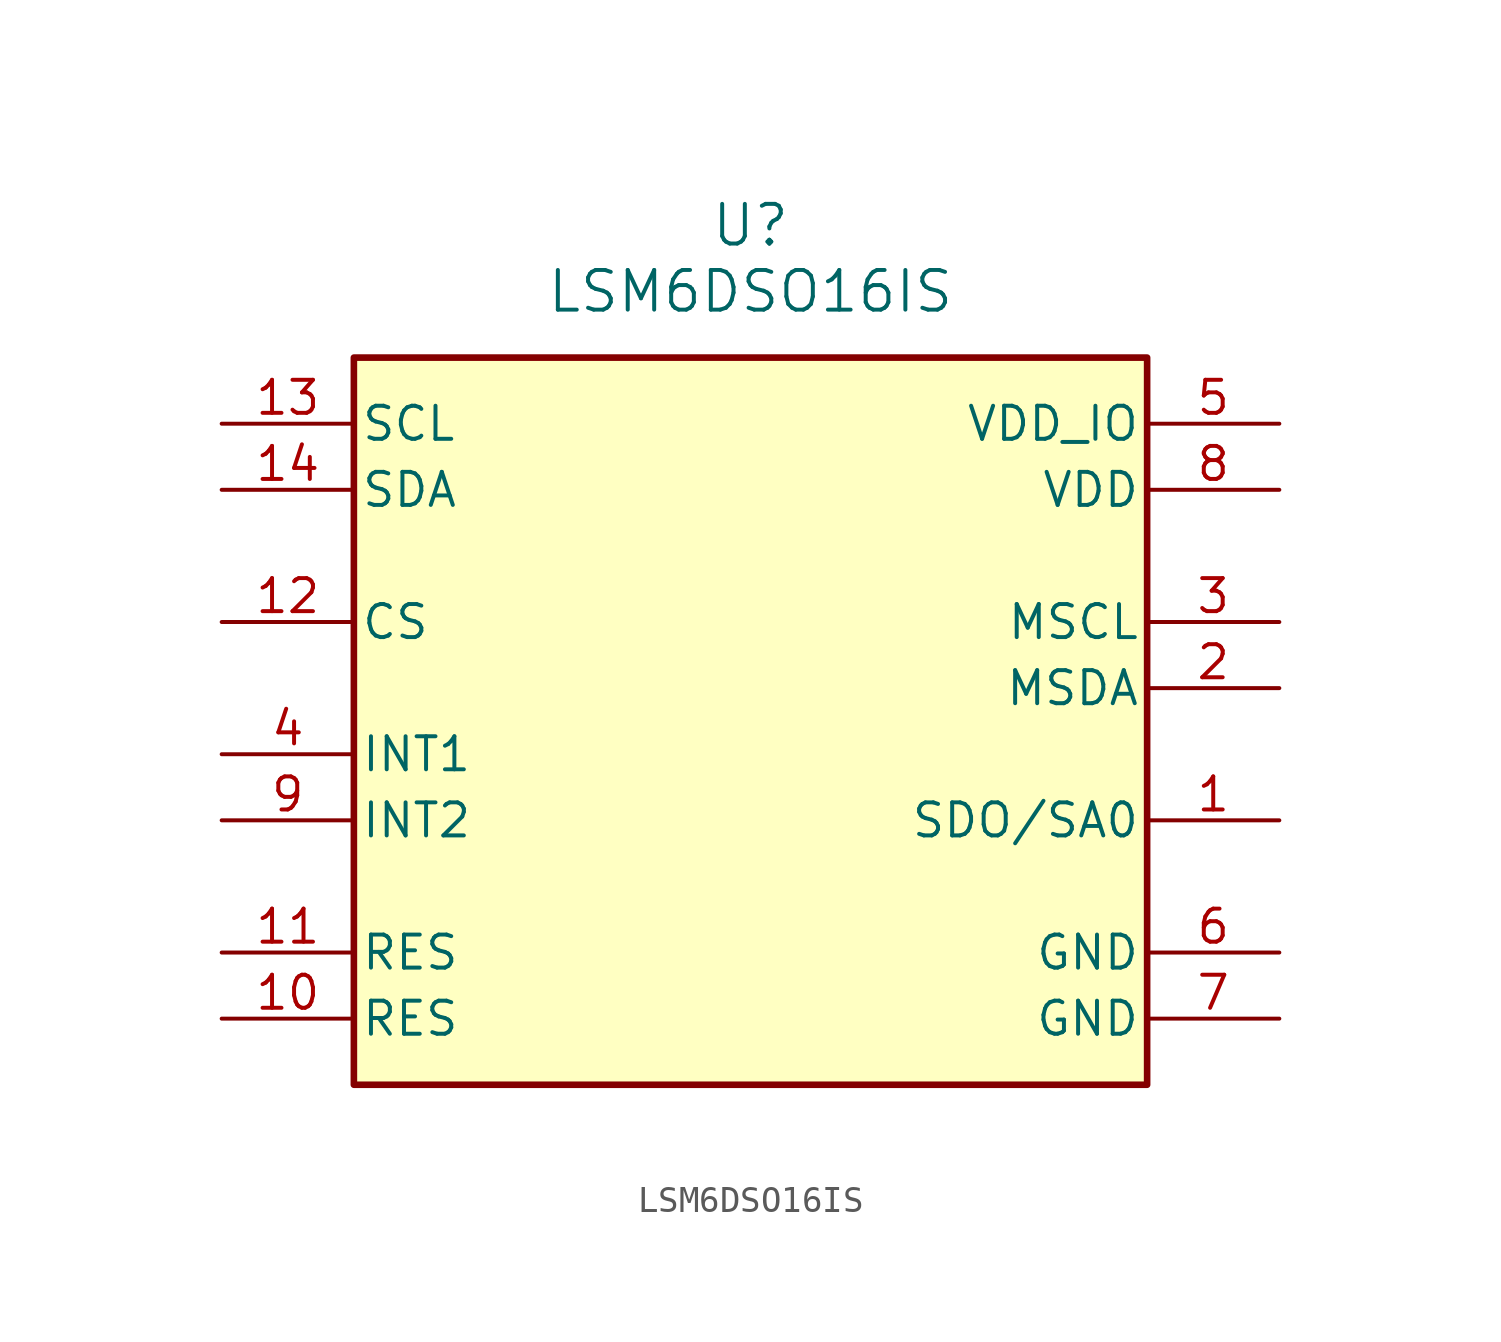
<source format=kicad_sym>
(kicad_symbol_lib
  (version 20220914)
  (generator kicad_symbol_editor)
  (symbol "LSM6DSO16IS"
    (pin_names
      (offset 0.254))
    (property "Reference" "U"
      (at 22.86 10.16 0)
      (effects (font (size 1.524 1.524))))
    (property "Value" "LSM6DSO16IS"
      (at 22.86 7.62 0)
      (effects (font (size 1.524 1.524))))
    (symbol "LSM6DSO16IS_0_1"
      (pin unspecified line (at 43.18 -12.7 180) (length 5.08) (name "SDO/SA0" (effects (font (size 1.27 1.27)))) (number "1" (effects (font (size 1.27 1.27)))))
      (pin unspecified line (at 2.54 -20.32 0) (length 5.08) (name "RES" (effects (font (size 1.27 1.27)))) (number "10" (effects (font (size 1.27 1.27)))))
      (pin unspecified line (at 2.54 -17.78 0) (length 5.08) (name "RES" (effects (font (size 1.27 1.27)))) (number "11" (effects (font (size 1.27 1.27)))))
      (pin unspecified line (at 2.54 -5.08 0) (length 5.08) (name "CS" (effects (font (size 1.27 1.27)))) (number "12" (effects (font (size 1.27 1.27)))))
      (pin unspecified line (at 2.54 2.54 0) (length 5.08) (name "SCL" (effects (font (size 1.27 1.27)))) (number "13" (effects (font (size 1.27 1.27)))))
      (pin unspecified line (at 2.54 0 0) (length 5.08) (name "SDA" (effects (font (size 1.27 1.27)))) (number "14" (effects (font (size 1.27 1.27)))))
      (pin unspecified line (at 43.18 -7.62 180) (length 5.08) (name "MSDA" (effects (font (size 1.27 1.27)))) (number "2" (effects (font (size 1.27 1.27)))))
      (pin unspecified line (at 43.18 -5.08 180) (length 5.08) (name "MSCL" (effects (font (size 1.27 1.27)))) (number "3" (effects (font (size 1.27 1.27)))))
      (pin input line (at 2.54 -10.16 0) (length 5.08) (name "INT1" (effects (font (size 1.27 1.27)))) (number "4" (effects (font (size 1.27 1.27)))))
      (pin power_in line (at 43.18 2.54 180) (length 5.08) (name "VDD_IO" (effects (font (size 1.27 1.27)))) (number "5" (effects (font (size 1.27 1.27)))))
      (pin power_out line (at 43.18 -17.78 180) (length 5.08) (name "GND" (effects (font (size 1.27 1.27)))) (number "6" (effects (font (size 1.27 1.27)))))
      (pin power_out line (at 43.18 -20.32 180) (length 5.08) (name "GND" (effects (font (size 1.27 1.27)))) (number "7" (effects (font (size 1.27 1.27)))))
      (pin power_in line (at 43.18 0 180) (length 5.08) (name "VDD" (effects (font (size 1.27 1.27)))) (number "8" (effects (font (size 1.27 1.27)))))
      (pin input line (at 2.54 -12.7 0) (length 5.08) (name "INT2" (effects (font (size 1.27 1.27)))) (number "9" (effects (font (size 1.27 1.27))))))
    (symbol "LSM6DSO16IS_1_1"
      (rectangle (start 7.62 5.08) (end 38.1 -22.86) (stroke (width 0.254) (type default)) (fill (type background))))))
</source>
